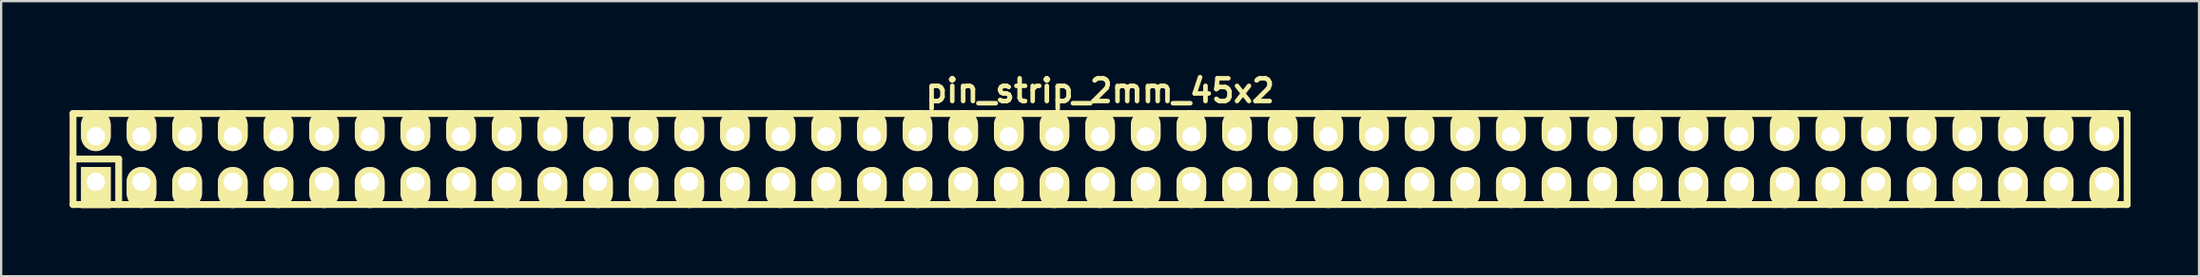
<source format=kicad_pcb>
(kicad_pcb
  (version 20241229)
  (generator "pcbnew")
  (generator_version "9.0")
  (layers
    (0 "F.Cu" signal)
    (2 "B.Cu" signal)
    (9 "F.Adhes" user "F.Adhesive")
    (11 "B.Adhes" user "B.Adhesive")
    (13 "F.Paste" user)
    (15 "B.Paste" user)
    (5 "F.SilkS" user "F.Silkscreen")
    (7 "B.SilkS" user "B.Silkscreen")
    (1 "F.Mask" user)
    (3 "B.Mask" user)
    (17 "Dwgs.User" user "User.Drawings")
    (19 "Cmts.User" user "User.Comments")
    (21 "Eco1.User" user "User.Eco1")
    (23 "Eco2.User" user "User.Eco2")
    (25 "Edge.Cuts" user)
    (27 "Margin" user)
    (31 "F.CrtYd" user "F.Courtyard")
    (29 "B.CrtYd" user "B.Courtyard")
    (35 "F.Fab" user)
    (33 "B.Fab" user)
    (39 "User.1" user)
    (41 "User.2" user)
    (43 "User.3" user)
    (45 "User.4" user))
  (footprint "pin_strip_2mm_45x2"
    (layer "F.Cu")
    (at 45.15 3.936)
    (property "Reference" "pin_strip_2mm_45x2" (at 0 -3 0) (layer "F.SilkS") (effects (font (size 1 1) (thickness 0.2))))
    (attr through_hole)
    (fp_line (start -45 -2) (end 45 -2) (stroke (width 0.3) (type solid)) (layer "F.SilkS"))
    (fp_line (start -45 0) (end -43 0) (stroke (width 0.3) (type solid)) (layer "F.SilkS"))
    (fp_line (start -45 2) (end -45 -2) (stroke (width 0.3) (type solid)) (layer "F.SilkS"))
    (fp_line (start -43 0) (end -43 2) (stroke (width 0.3) (type solid)) (layer "F.SilkS"))
    (fp_line (start 45 -2) (end 45 2) (stroke (width 0.3) (type solid)) (layer "F.SilkS"))
    (fp_line (start 45 2) (end -45 2) (stroke (width 0.3) (type solid)) (layer "F.SilkS"))
    (pad "1" thru_hole rect (at -44 1) (size 1.3 1.8) (drill 0.8 (offset 0 0.25)) (layers "*.Cu" "*.Mask" "F.SilkS"))
    (pad "2" thru_hole oval (at -44 -1) (size 1.3 1.8) (drill 0.8 (offset 0 -0.25)) (layers "*.Cu" "*.Mask" "F.SilkS"))
    (pad "3" thru_hole oval (at -42 1) (size 1.3 1.8) (drill 0.8 (offset 0 0.25)) (layers "*.Cu" "*.Mask" "F.SilkS"))
    (pad "4" thru_hole oval (at -42 -1) (size 1.3 1.8) (drill 0.8 (offset 0 -0.25)) (layers "*.Cu" "*.Mask" "F.SilkS"))
    (pad "5" thru_hole oval (at -40 1) (size 1.3 1.8) (drill 0.8 (offset 0 0.25)) (layers "*.Cu" "*.Mask" "F.SilkS"))
    (pad "6" thru_hole oval (at -40 -1) (size 1.3 1.8) (drill 0.8 (offset 0 -0.25)) (layers "*.Cu" "*.Mask" "F.SilkS"))
    (pad "7" thru_hole oval (at -38 1) (size 1.3 1.8) (drill 0.8 (offset 0 0.25)) (layers "*.Cu" "*.Mask" "F.SilkS"))
    (pad "8" thru_hole oval (at -38 -1) (size 1.3 1.8) (drill 0.8 (offset 0 -0.25)) (layers "*.Cu" "*.Mask" "F.SilkS"))
    (pad "9" thru_hole oval (at -36 1) (size 1.3 1.8) (drill 0.8 (offset 0 0.25)) (layers "*.Cu" "*.Mask" "F.SilkS"))
    (pad "10" thru_hole oval (at -36 -1) (size 1.3 1.8) (drill 0.8 (offset 0 -0.25)) (layers "*.Cu" "*.Mask" "F.SilkS"))
    (pad "11" thru_hole oval (at -34 1) (size 1.3 1.8) (drill 0.8 (offset 0 0.25)) (layers "*.Cu" "*.Mask" "F.SilkS"))
    (pad "12" thru_hole oval (at -34 -1) (size 1.3 1.8) (drill 0.8 (offset 0 -0.25)) (layers "*.Cu" "*.Mask" "F.SilkS"))
    (pad "13" thru_hole oval (at -32 1) (size 1.3 1.8) (drill 0.8 (offset 0 0.25)) (layers "*.Cu" "*.Mask" "F.SilkS"))
    (pad "14" thru_hole oval (at -32 -1) (size 1.3 1.8) (drill 0.8 (offset 0 -0.25)) (layers "*.Cu" "*.Mask" "F.SilkS"))
    (pad "15" thru_hole oval (at -30 1) (size 1.3 1.8) (drill 0.8 (offset 0 0.25)) (layers "*.Cu" "*.Mask" "F.SilkS"))
    (pad "16" thru_hole oval (at -30 -1) (size 1.3 1.8) (drill 0.8 (offset 0 -0.25)) (layers "*.Cu" "*.Mask" "F.SilkS"))
    (pad "17" thru_hole oval (at -28 1) (size 1.3 1.8) (drill 0.8 (offset 0 0.25)) (layers "*.Cu" "*.Mask" "F.SilkS"))
    (pad "18" thru_hole oval (at -28 -1) (size 1.3 1.8) (drill 0.8 (offset 0 -0.25)) (layers "*.Cu" "*.Mask" "F.SilkS"))
    (pad "19" thru_hole oval (at -26 1) (size 1.3 1.8) (drill 0.8 (offset 0 0.25)) (layers "*.Cu" "*.Mask" "F.SilkS"))
    (pad "20" thru_hole oval (at -26 -1) (size 1.3 1.8) (drill 0.8 (offset 0 -0.25)) (layers "*.Cu" "*.Mask" "F.SilkS"))
    (pad "21" thru_hole oval (at -24 1) (size 1.3 1.8) (drill 0.8 (offset 0 0.25)) (layers "*.Cu" "*.Mask" "F.SilkS"))
    (pad "22" thru_hole oval (at -24 -1) (size 1.3 1.8) (drill 0.8 (offset 0 -0.25)) (layers "*.Cu" "*.Mask" "F.SilkS"))
    (pad "23" thru_hole oval (at -22 1) (size 1.3 1.8) (drill 0.8 (offset 0 0.25)) (layers "*.Cu" "*.Mask" "F.SilkS"))
    (pad "24" thru_hole oval (at -22 -1) (size 1.3 1.8) (drill 0.8 (offset 0 -0.25)) (layers "*.Cu" "*.Mask" "F.SilkS"))
    (pad "25" thru_hole oval (at -20 1) (size 1.3 1.8) (drill 0.8 (offset 0 0.25)) (layers "*.Cu" "*.Mask" "F.SilkS"))
    (pad "26" thru_hole oval (at -20 -1) (size 1.3 1.8) (drill 0.8 (offset 0 -0.25)) (layers "*.Cu" "*.Mask" "F.SilkS"))
    (pad "27" thru_hole oval (at -18 1) (size 1.3 1.8) (drill 0.8 (offset 0 0.25)) (layers "*.Cu" "*.Mask" "F.SilkS"))
    (pad "28" thru_hole oval (at -18 -1) (size 1.3 1.8) (drill 0.8 (offset 0 -0.25)) (layers "*.Cu" "*.Mask" "F.SilkS"))
    (pad "29" thru_hole oval (at -16 1) (size 1.3 1.8) (drill 0.8 (offset 0 0.25)) (layers "*.Cu" "*.Mask" "F.SilkS"))
    (pad "30" thru_hole oval (at -16 -1) (size 1.3 1.8) (drill 0.8 (offset 0 -0.25)) (layers "*.Cu" "*.Mask" "F.SilkS"))
    (pad "31" thru_hole oval (at -14 1) (size 1.3 1.8) (drill 0.8 (offset 0 0.25)) (layers "*.Cu" "*.Mask" "F.SilkS"))
    (pad "32" thru_hole oval (at -14 -1) (size 1.3 1.8) (drill 0.8 (offset 0 -0.25)) (layers "*.Cu" "*.Mask" "F.SilkS"))
    (pad "33" thru_hole oval (at -12 1) (size 1.3 1.8) (drill 0.8 (offset 0 0.25)) (layers "*.Cu" "*.Mask" "F.SilkS"))
    (pad "34" thru_hole oval (at -12 -1) (size 1.3 1.8) (drill 0.8 (offset 0 -0.25)) (layers "*.Cu" "*.Mask" "F.SilkS"))
    (pad "35" thru_hole oval (at -10 1) (size 1.3 1.8) (drill 0.8 (offset 0 0.25)) (layers "*.Cu" "*.Mask" "F.SilkS"))
    (pad "36" thru_hole oval (at -10 -1) (size 1.3 1.8) (drill 0.8 (offset 0 -0.25)) (layers "*.Cu" "*.Mask" "F.SilkS"))
    (pad "37" thru_hole oval (at -8 1) (size 1.3 1.8) (drill 0.8 (offset 0 0.25)) (layers "*.Cu" "*.Mask" "F.SilkS"))
    (pad "38" thru_hole oval (at -8 -1) (size 1.3 1.8) (drill 0.8 (offset 0 -0.25)) (layers "*.Cu" "*.Mask" "F.SilkS"))
    (pad "39" thru_hole oval (at -6 1) (size 1.3 1.8) (drill 0.8 (offset 0 0.25)) (layers "*.Cu" "*.Mask" "F.SilkS"))
    (pad "40" thru_hole oval (at -6 -1) (size 1.3 1.8) (drill 0.8 (offset 0 -0.25)) (layers "*.Cu" "*.Mask" "F.SilkS"))
    (pad "41" thru_hole oval (at -4 1) (size 1.3 1.8) (drill 0.8 (offset 0 0.25)) (layers "*.Cu" "*.Mask" "F.SilkS"))
    (pad "42" thru_hole oval (at -4 -1) (size 1.3 1.8) (drill 0.8 (offset 0 -0.25)) (layers "*.Cu" "*.Mask" "F.SilkS"))
    (pad "43" thru_hole oval (at -2 1) (size 1.3 1.8) (drill 0.8 (offset 0 0.25)) (layers "*.Cu" "*.Mask" "F.SilkS"))
    (pad "44" thru_hole oval (at -2 -1) (size 1.3 1.8) (drill 0.8 (offset 0 -0.25)) (layers "*.Cu" "*.Mask" "F.SilkS"))
    (pad "45" thru_hole oval (at 0 1) (size 1.3 1.8) (drill 0.8 (offset 0 0.25)) (layers "*.Cu" "*.Mask" "F.SilkS"))
    (pad "46" thru_hole oval (at 0 -1) (size 1.3 1.8) (drill 0.8 (offset 0 -0.25)) (layers "*.Cu" "*.Mask" "F.SilkS"))
    (pad "47" thru_hole oval (at 2 1) (size 1.3 1.8) (drill 0.8 (offset 0 0.25)) (layers "*.Cu" "*.Mask" "F.SilkS"))
    (pad "48" thru_hole oval (at 2 -1) (size 1.3 1.8) (drill 0.8 (offset 0 -0.25)) (layers "*.Cu" "*.Mask" "F.SilkS"))
    (pad "49" thru_hole oval (at 4 1) (size 1.3 1.8) (drill 0.8 (offset 0 0.25)) (layers "*.Cu" "*.Mask" "F.SilkS"))
    (pad "50" thru_hole oval (at 4 -1) (size 1.3 1.8) (drill 0.8 (offset 0 -0.25)) (layers "*.Cu" "*.Mask" "F.SilkS"))
    (pad "51" thru_hole oval (at 6 1) (size 1.3 1.8) (drill 0.8 (offset 0 0.25)) (layers "*.Cu" "*.Mask" "F.SilkS"))
    (pad "52" thru_hole oval (at 6 -1) (size 1.3 1.8) (drill 0.8 (offset 0 -0.25)) (layers "*.Cu" "*.Mask" "F.SilkS"))
    (pad "53" thru_hole oval (at 8 1) (size 1.3 1.8) (drill 0.8 (offset 0 0.25)) (layers "*.Cu" "*.Mask" "F.SilkS"))
    (pad "54" thru_hole oval (at 8 -1) (size 1.3 1.8) (drill 0.8 (offset 0 -0.25)) (layers "*.Cu" "*.Mask" "F.SilkS"))
    (pad "55" thru_hole oval (at 10 1) (size 1.3 1.8) (drill 0.8 (offset 0 0.25)) (layers "*.Cu" "*.Mask" "F.SilkS"))
    (pad "56" thru_hole oval (at 10 -1) (size 1.3 1.8) (drill 0.8 (offset 0 -0.25)) (layers "*.Cu" "*.Mask" "F.SilkS"))
    (pad "57" thru_hole oval (at 12 1) (size 1.3 1.8) (drill 0.8 (offset 0 0.25)) (layers "*.Cu" "*.Mask" "F.SilkS"))
    (pad "58" thru_hole oval (at 12 -1) (size 1.3 1.8) (drill 0.8 (offset 0 -0.25)) (layers "*.Cu" "*.Mask" "F.SilkS"))
    (pad "59" thru_hole oval (at 14 1) (size 1.3 1.8) (drill 0.8 (offset 0 0.25)) (layers "*.Cu" "*.Mask" "F.SilkS"))
    (pad "60" thru_hole oval (at 14 -1) (size 1.3 1.8) (drill 0.8 (offset 0 -0.25)) (layers "*.Cu" "*.Mask" "F.SilkS"))
    (pad "61" thru_hole oval (at 16 1) (size 1.3 1.8) (drill 0.8 (offset 0 0.25)) (layers "*.Cu" "*.Mask" "F.SilkS"))
    (pad "62" thru_hole oval (at 16 -1) (size 1.3 1.8) (drill 0.8 (offset 0 -0.25)) (layers "*.Cu" "*.Mask" "F.SilkS"))
    (pad "63" thru_hole oval (at 18 1) (size 1.3 1.8) (drill 0.8 (offset 0 0.25)) (layers "*.Cu" "*.Mask" "F.SilkS"))
    (pad "64" thru_hole oval (at 18 -1) (size 1.3 1.8) (drill 0.8 (offset 0 -0.25)) (layers "*.Cu" "*.Mask" "F.SilkS"))
    (pad "65" thru_hole oval (at 20 1) (size 1.3 1.8) (drill 0.8 (offset 0 0.25)) (layers "*.Cu" "*.Mask" "F.SilkS"))
    (pad "66" thru_hole oval (at 20 -1) (size 1.3 1.8) (drill 0.8 (offset 0 -0.25)) (layers "*.Cu" "*.Mask" "F.SilkS"))
    (pad "67" thru_hole oval (at 22 1) (size 1.3 1.8) (drill 0.8 (offset 0 0.25)) (layers "*.Cu" "*.Mask" "F.SilkS"))
    (pad "68" thru_hole oval (at 22 -1) (size 1.3 1.8) (drill 0.8 (offset 0 -0.25)) (layers "*.Cu" "*.Mask" "F.SilkS"))
    (pad "69" thru_hole oval (at 24 1) (size 1.3 1.8) (drill 0.8 (offset 0 0.25)) (layers "*.Cu" "*.Mask" "F.SilkS"))
    (pad "70" thru_hole oval (at 24 -1) (size 1.3 1.8) (drill 0.8 (offset 0 -0.25)) (layers "*.Cu" "*.Mask" "F.SilkS"))
    (pad "71" thru_hole oval (at 26 1) (size 1.3 1.8) (drill 0.8 (offset 0 0.25)) (layers "*.Cu" "*.Mask" "F.SilkS"))
    (pad "72" thru_hole oval (at 26 -1) (size 1.3 1.8) (drill 0.8 (offset 0 -0.25)) (layers "*.Cu" "*.Mask" "F.SilkS"))
    (pad "73" thru_hole oval (at 28 1) (size 1.3 1.8) (drill 0.8 (offset 0 0.25)) (layers "*.Cu" "*.Mask" "F.SilkS"))
    (pad "74" thru_hole oval (at 28 -1) (size 1.3 1.8) (drill 0.8 (offset 0 -0.25)) (layers "*.Cu" "*.Mask" "F.SilkS"))
    (pad "75" thru_hole oval (at 30 1) (size 1.3 1.8) (drill 0.8 (offset 0 0.25)) (layers "*.Cu" "*.Mask" "F.SilkS"))
    (pad "76" thru_hole oval (at 30 -1) (size 1.3 1.8) (drill 0.8 (offset 0 -0.25)) (layers "*.Cu" "*.Mask" "F.SilkS"))
    (pad "77" thru_hole oval (at 32 1) (size 1.3 1.8) (drill 0.8 (offset 0 0.25)) (layers "*.Cu" "*.Mask" "F.SilkS"))
    (pad "78" thru_hole oval (at 32 -1) (size 1.3 1.8) (drill 0.8 (offset 0 -0.25)) (layers "*.Cu" "*.Mask" "F.SilkS"))
    (pad "79" thru_hole oval (at 34 1) (size 1.3 1.8) (drill 0.8 (offset 0 0.25)) (layers "*.Cu" "*.Mask" "F.SilkS"))
    (pad "80" thru_hole oval (at 34 -1) (size 1.3 1.8) (drill 0.8 (offset 0 -0.25)) (layers "*.Cu" "*.Mask" "F.SilkS"))
    (pad "81" thru_hole oval (at 36 1) (size 1.3 1.8) (drill 0.8 (offset 0 0.25)) (layers "*.Cu" "*.Mask" "F.SilkS"))
    (pad "82" thru_hole oval (at 36 -1) (size 1.3 1.8) (drill 0.8 (offset 0 -0.25)) (layers "*.Cu" "*.Mask" "F.SilkS"))
    (pad "83" thru_hole oval (at 38 1) (size 1.3 1.8) (drill 0.8 (offset 0 0.25)) (layers "*.Cu" "*.Mask" "F.SilkS"))
    (pad "84" thru_hole oval (at 38 -1) (size 1.3 1.8) (drill 0.8 (offset 0 -0.25)) (layers "*.Cu" "*.Mask" "F.SilkS"))
    (pad "85" thru_hole oval (at 40 1) (size 1.3 1.8) (drill 0.8 (offset 0 0.25)) (layers "*.Cu" "*.Mask" "F.SilkS"))
    (pad "86" thru_hole oval (at 40 -1) (size 1.3 1.8) (drill 0.8 (offset 0 -0.25)) (layers "*.Cu" "*.Mask" "F.SilkS"))
    (pad "87" thru_hole oval (at 42 1) (size 1.3 1.8) (drill 0.8 (offset 0 0.25)) (layers "*.Cu" "*.Mask" "F.SilkS"))
    (pad "88" thru_hole oval (at 42 -1) (size 1.3 1.8) (drill 0.8 (offset 0 -0.25)) (layers "*.Cu" "*.Mask" "F.SilkS"))
    (pad "89" thru_hole oval (at 44 1) (size 1.3 1.8) (drill 0.8 (offset 0 0.25)) (layers "*.Cu" "*.Mask" "F.SilkS"))
    (pad "90" thru_hole oval (at 44 -1) (size 1.3 1.8) (drill 0.8 (offset 0 -0.25)) (layers "*.Cu" "*.Mask" "F.SilkS")))
  (gr_rect
    (start -3 -3)
    (end 93.3 9.086)
    (stroke (width 0.1) (type default))
    (fill no)
    (layer "Edge.Cuts")))
</source>
